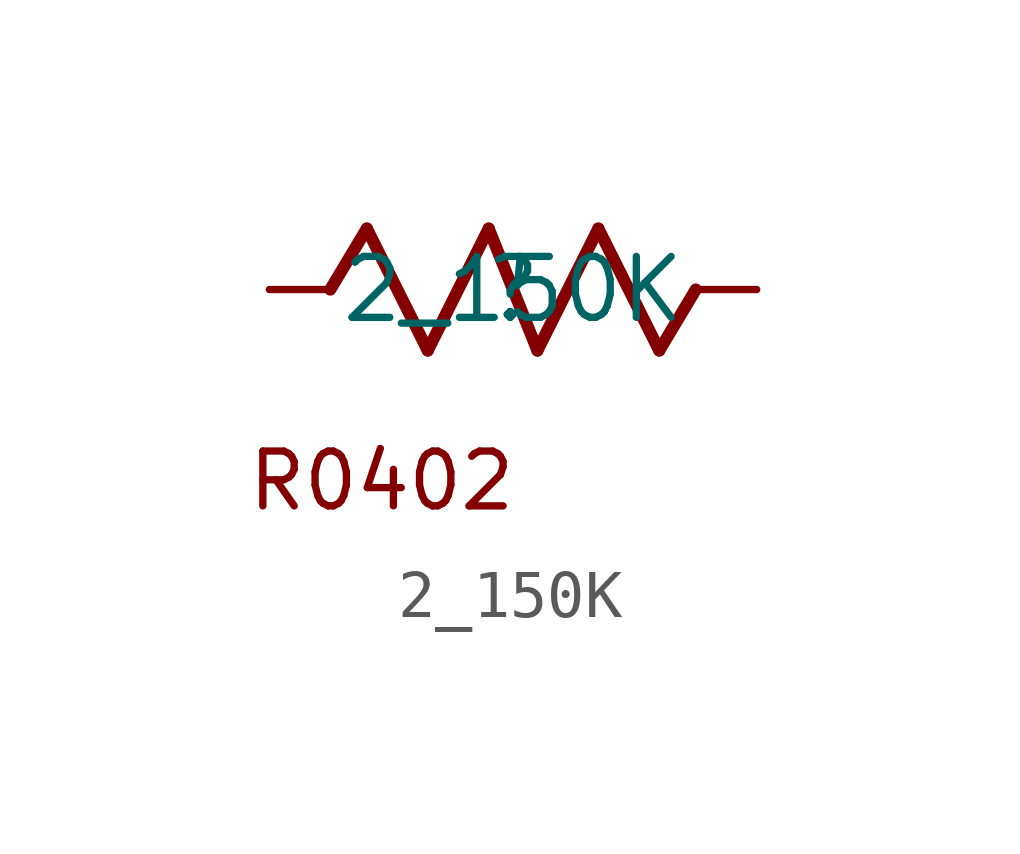
<source format=kicad_sym>
(kicad_symbol_lib
  (version 20211014)
  (generator kicad_symbol_editor)
  (symbol "2_150K"
    (property "Reference" ""
      (at 0 0 0)
      (effects (font (size 1.27 1.27))))
    (property "Value" "2_150K"
      (at 0 0 0)
      (effects (font (size 1.27 1.27))))
    (symbol "2_150K_1_0"
      (polyline (pts (xy -3.81 0) (xy -3.048 1.27)) (stroke (width 0.254) (type default) (color 0 0 0 0)) (fill (type none)))
      (polyline (pts (xy -3.048 1.27) (xy -1.778 -1.27)) (stroke (width 0.254) (type default) (color 0 0 0 0)) (fill (type none)))
      (polyline (pts (xy -1.778 -1.27) (xy -0.508 1.27)) (stroke (width 0.254) (type default) (color 0 0 0 0)) (fill (type none)))
      (polyline (pts (xy -0.508 1.27) (xy 0.508 -1.27)) (stroke (width 0.254) (type default) (color 0 0 0 0)) (fill (type none)))
      (polyline (pts (xy 0.508 -1.27) (xy 1.778 1.27)) (stroke (width 0.254) (type default) (color 0 0 0 0)) (fill (type none)))
      (polyline (pts (xy 1.778 1.27) (xy 3.048 -1.27)) (stroke (width 0.254) (type default) (color 0 0 0 0)) (fill (type none)))
      (polyline (pts (xy 3.048 -1.27) (xy 3.81 0)) (stroke (width 0.254) (type default) (color 0 0 0 0)) (fill (type none)))
      (text "R0402" (at -5.588 -4.658 0) (effects (font (size 1.143 1.143)) (justify left bottom)))
      (pin passive line (at 5.08 0 180) (length 1.27) (name "1" (effects (font (size 0 0)))) (number "1" (effects (font (size 0 0)))))
      (pin passive line (at -5.08 0 0) (length 1.27) (name "2" (effects (font (size 0 0)))) (number "2" (effects (font (size 0 0))))))))
</source>
